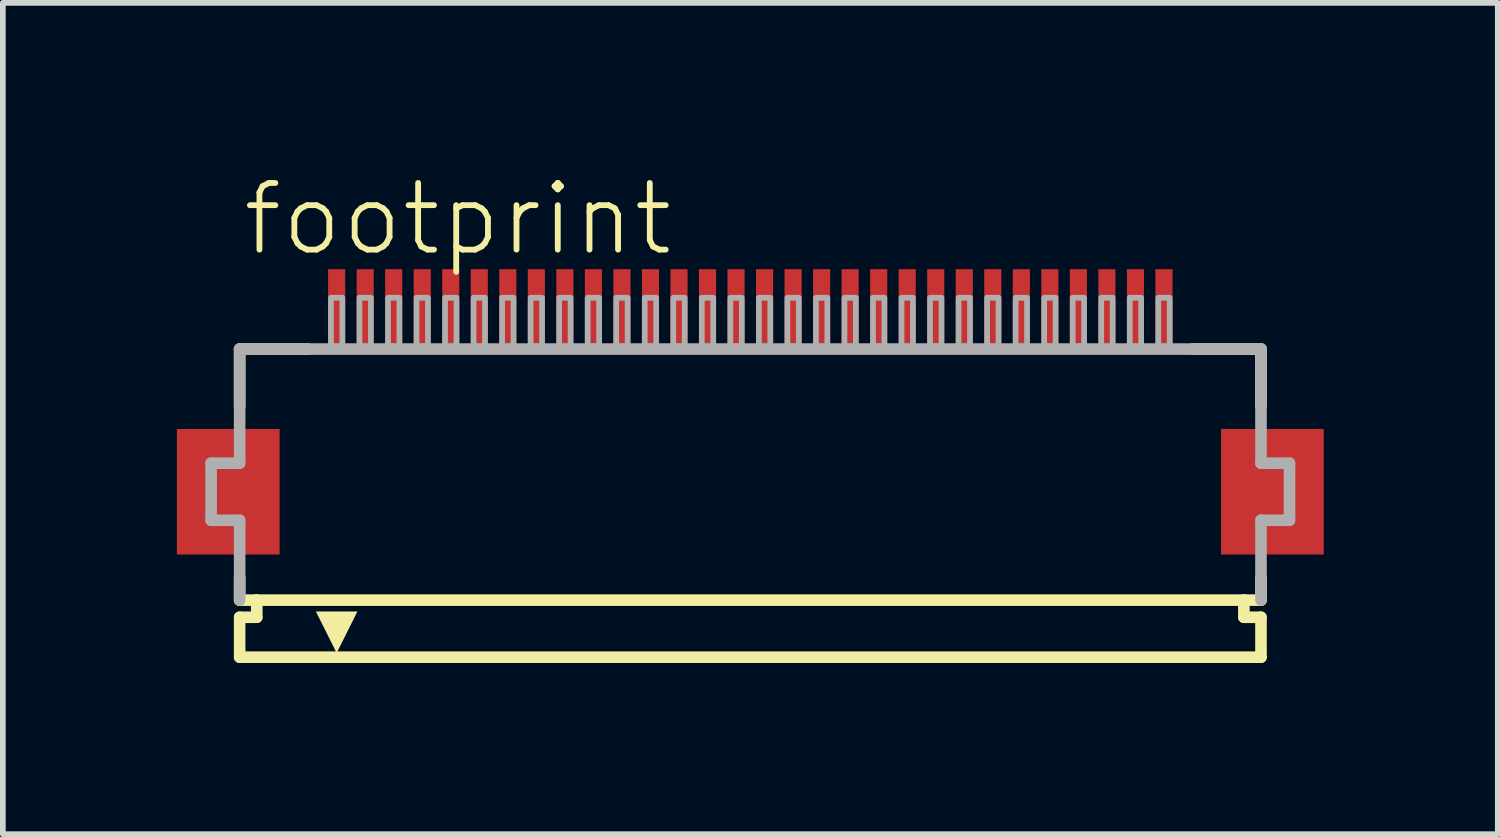
<source format=kicad_pcb>
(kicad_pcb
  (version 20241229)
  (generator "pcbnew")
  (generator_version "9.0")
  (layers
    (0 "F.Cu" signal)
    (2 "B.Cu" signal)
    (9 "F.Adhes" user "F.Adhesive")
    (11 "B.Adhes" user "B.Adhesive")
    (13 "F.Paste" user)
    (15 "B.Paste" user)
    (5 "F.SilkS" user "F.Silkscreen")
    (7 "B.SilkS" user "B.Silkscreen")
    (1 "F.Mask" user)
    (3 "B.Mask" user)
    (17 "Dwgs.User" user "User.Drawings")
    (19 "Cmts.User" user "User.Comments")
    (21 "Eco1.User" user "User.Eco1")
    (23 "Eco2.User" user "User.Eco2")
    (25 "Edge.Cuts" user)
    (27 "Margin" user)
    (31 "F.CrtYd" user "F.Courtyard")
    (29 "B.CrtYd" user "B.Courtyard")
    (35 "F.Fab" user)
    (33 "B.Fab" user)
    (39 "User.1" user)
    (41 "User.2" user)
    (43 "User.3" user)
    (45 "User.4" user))
  (footprint "footprint"
    (layer "F.Cu")
    (at 10.1 5.568)
    (property "Reference" "footprint" (at -8.948 -4.095 0) (layer "F.SilkS") (effects (font (size 1.168 1.168) (thickness 0.102)) (justify left bottom)))
    (fp_poly (pts (xy -8.25 -1.1) (xy -10.05 -1.1) (xy -10.05 1.1) (xy -8.25 1.1)) (stroke (width 0) (type solid)) (fill yes) (layer "F.Cu"))
    (fp_poly (pts (xy 10.05 -1.1) (xy 8.25 -1.1) (xy 8.25 1.1) (xy 10.05 1.1)) (stroke (width 0) (type solid)) (fill yes) (layer "F.Cu"))
    (fp_poly (pts (xy -8.2 -1.175) (xy -10.1 -1.175) (xy -10.1 1.175) (xy -8.2 1.175)) (stroke (width 0) (type solid)) (fill yes) (layer "F.Mask"))
    (fp_poly (pts (xy -7.45 -2.55) (xy -7.05 -2.55) (xy -7.05 -3.95) (xy -7.45 -3.95)) (stroke (width 0) (type solid)) (fill yes) (layer "F.Mask"))
    (fp_poly (pts (xy -6.95 -2.55) (xy -6.55 -2.55) (xy -6.55 -3.95) (xy -6.95 -3.95)) (stroke (width 0) (type solid)) (fill yes) (layer "F.Mask"))
    (fp_poly (pts (xy -6.45 -2.55) (xy -6.05 -2.55) (xy -6.05 -3.95) (xy -6.45 -3.95)) (stroke (width 0) (type solid)) (fill yes) (layer "F.Mask"))
    (fp_poly (pts (xy -5.95 -2.55) (xy -5.55 -2.55) (xy -5.55 -3.95) (xy -5.95 -3.95)) (stroke (width 0) (type solid)) (fill yes) (layer "F.Mask"))
    (fp_poly (pts (xy -5.45 -2.55) (xy -5.05 -2.55) (xy -5.05 -3.95) (xy -5.45 -3.95)) (stroke (width 0) (type solid)) (fill yes) (layer "F.Mask"))
    (fp_poly (pts (xy -4.95 -2.55) (xy -4.55 -2.55) (xy -4.55 -3.95) (xy -4.95 -3.95)) (stroke (width 0) (type solid)) (fill yes) (layer "F.Mask"))
    (fp_poly (pts (xy -4.45 -2.55) (xy -4.05 -2.55) (xy -4.05 -3.95) (xy -4.45 -3.95)) (stroke (width 0) (type solid)) (fill yes) (layer "F.Mask"))
    (fp_poly (pts (xy -3.95 -2.55) (xy -3.55 -2.55) (xy -3.55 -3.95) (xy -3.95 -3.95)) (stroke (width 0) (type solid)) (fill yes) (layer "F.Mask"))
    (fp_poly (pts (xy -3.45 -2.55) (xy -3.05 -2.55) (xy -3.05 -3.95) (xy -3.45 -3.95)) (stroke (width 0) (type solid)) (fill yes) (layer "F.Mask"))
    (fp_poly (pts (xy -2.95 -2.55) (xy -2.55 -2.55) (xy -2.55 -3.95) (xy -2.95 -3.95)) (stroke (width 0) (type solid)) (fill yes) (layer "F.Mask"))
    (fp_poly (pts (xy -2.45 -2.55) (xy -2.05 -2.55) (xy -2.05 -3.95) (xy -2.45 -3.95)) (stroke (width 0) (type solid)) (fill yes) (layer "F.Mask"))
    (fp_poly (pts (xy -1.95 -2.55) (xy -1.55 -2.55) (xy -1.55 -3.95) (xy -1.95 -3.95)) (stroke (width 0) (type solid)) (fill yes) (layer "F.Mask"))
    (fp_poly (pts (xy -1.45 -2.55) (xy -1.05 -2.55) (xy -1.05 -3.95) (xy -1.45 -3.95)) (stroke (width 0) (type solid)) (fill yes) (layer "F.Mask"))
    (fp_poly (pts (xy -0.95 -2.55) (xy -0.55 -2.55) (xy -0.55 -3.95) (xy -0.95 -3.95)) (stroke (width 0) (type solid)) (fill yes) (layer "F.Mask"))
    (fp_poly (pts (xy -0.45 -2.55) (xy -0.05 -2.55) (xy -0.05 -3.95) (xy -0.45 -3.95)) (stroke (width 0) (type solid)) (fill yes) (layer "F.Mask"))
    (fp_poly (pts (xy 0.05 -2.55) (xy 0.45 -2.55) (xy 0.45 -3.95) (xy 0.05 -3.95)) (stroke (width 0) (type solid)) (fill yes) (layer "F.Mask"))
    (fp_poly (pts (xy 0.55 -2.55) (xy 0.95 -2.55) (xy 0.95 -3.95) (xy 0.55 -3.95)) (stroke (width 0) (type solid)) (fill yes) (layer "F.Mask"))
    (fp_poly (pts (xy 1.05 -2.55) (xy 1.45 -2.55) (xy 1.45 -3.95) (xy 1.05 -3.95)) (stroke (width 0) (type solid)) (fill yes) (layer "F.Mask"))
    (fp_poly (pts (xy 1.55 -2.55) (xy 1.95 -2.55) (xy 1.95 -3.95) (xy 1.55 -3.95)) (stroke (width 0) (type solid)) (fill yes) (layer "F.Mask"))
    (fp_poly (pts (xy 2.05 -2.55) (xy 2.45 -2.55) (xy 2.45 -3.95) (xy 2.05 -3.95)) (stroke (width 0) (type solid)) (fill yes) (layer "F.Mask"))
    (fp_poly (pts (xy 2.55 -2.55) (xy 2.95 -2.55) (xy 2.95 -3.95) (xy 2.55 -3.95)) (stroke (width 0) (type solid)) (fill yes) (layer "F.Mask"))
    (fp_poly (pts (xy 3.05 -2.55) (xy 3.45 -2.55) (xy 3.45 -3.95) (xy 3.05 -3.95)) (stroke (width 0) (type solid)) (fill yes) (layer "F.Mask"))
    (fp_poly (pts (xy 3.55 -2.55) (xy 3.95 -2.55) (xy 3.95 -3.95) (xy 3.55 -3.95)) (stroke (width 0) (type solid)) (fill yes) (layer "F.Mask"))
    (fp_poly (pts (xy 4.05 -2.55) (xy 4.45 -2.55) (xy 4.45 -3.95) (xy 4.05 -3.95)) (stroke (width 0) (type solid)) (fill yes) (layer "F.Mask"))
    (fp_poly (pts (xy 4.55 -2.55) (xy 4.95 -2.55) (xy 4.95 -3.95) (xy 4.55 -3.95)) (stroke (width 0) (type solid)) (fill yes) (layer "F.Mask"))
    (fp_poly (pts (xy 5.05 -2.55) (xy 5.45 -2.55) (xy 5.45 -3.95) (xy 5.05 -3.95)) (stroke (width 0) (type solid)) (fill yes) (layer "F.Mask"))
    (fp_poly (pts (xy 5.55 -2.55) (xy 5.95 -2.55) (xy 5.95 -3.95) (xy 5.55 -3.95)) (stroke (width 0) (type solid)) (fill yes) (layer "F.Mask"))
    (fp_poly (pts (xy 6.05 -2.55) (xy 6.45 -2.55) (xy 6.45 -3.95) (xy 6.05 -3.95)) (stroke (width 0) (type solid)) (fill yes) (layer "F.Mask"))
    (fp_poly (pts (xy 6.55 -2.55) (xy 6.95 -2.55) (xy 6.95 -3.95) (xy 6.55 -3.95)) (stroke (width 0) (type solid)) (fill yes) (layer "F.Mask"))
    (fp_poly (pts (xy 7.05 -2.55) (xy 7.45 -2.55) (xy 7.45 -3.95) (xy 7.05 -3.95)) (stroke (width 0) (type solid)) (fill yes) (layer "F.Mask"))
    (fp_poly (pts (xy 10.1 -1.175) (xy 8.2 -1.175) (xy 8.2 1.175) (xy 10.1 1.175)) (stroke (width 0) (type solid)) (fill yes) (layer "F.Mask"))
    (fp_line (start -8.95 -2.5) (end -8.95 -1.5) (stroke (width 0.203) (type solid)) (layer "F.SilkS"))
    (fp_line (start -8.95 1.5) (end -8.95 1.9) (stroke (width 0.203) (type solid)) (layer "F.SilkS"))
    (fp_line (start -8.95 1.9) (end -8.65 1.9) (stroke (width 0.203) (type solid)) (layer "F.SilkS"))
    (fp_line (start -8.95 2.2) (end -8.95 2.9) (stroke (width 0.203) (type solid)) (layer "F.SilkS"))
    (fp_line (start -8.65 1.9) (end -8.65 2.2) (stroke (width 0.203) (type solid)) (layer "F.SilkS"))
    (fp_line (start -8.65 2.2) (end -8.95 2.2) (stroke (width 0.203) (type solid)) (layer "F.SilkS"))
    (fp_line (start -7.75 -2.5) (end -8.95 -2.5) (stroke (width 0.203) (type solid)) (layer "F.SilkS"))
    (fp_line (start 8.65 1.9) (end -8.65 1.9) (stroke (width 0.203) (type solid)) (layer "F.SilkS"))
    (fp_line (start 8.65 1.9) (end 8.95 1.9) (stroke (width 0.203) (type solid)) (layer "F.SilkS"))
    (fp_line (start 8.65 2.2) (end 8.65 1.9) (stroke (width 0.203) (type solid)) (layer "F.SilkS"))
    (fp_line (start 8.95 -2.5) (end 7.75 -2.5) (stroke (width 0.203) (type solid)) (layer "F.SilkS"))
    (fp_line (start 8.95 -1.5) (end 8.95 -2.5) (stroke (width 0.203) (type solid)) (layer "F.SilkS"))
    (fp_line (start 8.95 1.9) (end 8.95 1.5) (stroke (width 0.203) (type solid)) (layer "F.SilkS"))
    (fp_line (start 8.95 2.2) (end 8.65 2.2) (stroke (width 0.203) (type solid)) (layer "F.SilkS"))
    (fp_line (start 8.95 2.9) (end -8.95 2.9) (stroke (width 0.203) (type solid)) (layer "F.SilkS"))
    (fp_line (start 8.95 2.9) (end 8.95 2.2) (stroke (width 0.203) (type solid)) (layer "F.SilkS"))
    (fp_poly (pts (xy -7.25 2.827) (xy -7.614 2.098) (xy -6.886 2.098)) (stroke (width 0) (type solid)) (fill yes) (layer "F.SilkS"))
    (fp_poly (pts (xy -8.325 -1.025) (xy -9.975 -1.025) (xy -9.975 1.025) (xy -8.325 1.025)) (stroke (width 0) (type solid)) (fill yes) (layer "F.Paste"))
    (fp_poly (pts (xy -7.375 -2.625) (xy -7.125 -2.625) (xy -7.125 -3.875) (xy -7.375 -3.875)) (stroke (width 0) (type solid)) (fill yes) (layer "F.Paste"))
    (fp_poly (pts (xy -6.875 -2.625) (xy -6.625 -2.625) (xy -6.625 -3.875) (xy -6.875 -3.875)) (stroke (width 0) (type solid)) (fill yes) (layer "F.Paste"))
    (fp_poly (pts (xy -6.375 -2.625) (xy -6.125 -2.625) (xy -6.125 -3.875) (xy -6.375 -3.875)) (stroke (width 0) (type solid)) (fill yes) (layer "F.Paste"))
    (fp_poly (pts (xy -5.875 -2.625) (xy -5.625 -2.625) (xy -5.625 -3.875) (xy -5.875 -3.875)) (stroke (width 0) (type solid)) (fill yes) (layer "F.Paste"))
    (fp_poly (pts (xy -5.375 -2.625) (xy -5.125 -2.625) (xy -5.125 -3.875) (xy -5.375 -3.875)) (stroke (width 0) (type solid)) (fill yes) (layer "F.Paste"))
    (fp_poly (pts (xy -4.875 -2.625) (xy -4.625 -2.625) (xy -4.625 -3.875) (xy -4.875 -3.875)) (stroke (width 0) (type solid)) (fill yes) (layer "F.Paste"))
    (fp_poly (pts (xy -4.375 -2.625) (xy -4.125 -2.625) (xy -4.125 -3.875) (xy -4.375 -3.875)) (stroke (width 0) (type solid)) (fill yes) (layer "F.Paste"))
    (fp_poly (pts (xy -3.875 -2.625) (xy -3.625 -2.625) (xy -3.625 -3.875) (xy -3.875 -3.875)) (stroke (width 0) (type solid)) (fill yes) (layer "F.Paste"))
    (fp_poly (pts (xy -3.375 -2.625) (xy -3.125 -2.625) (xy -3.125 -3.875) (xy -3.375 -3.875)) (stroke (width 0) (type solid)) (fill yes) (layer "F.Paste"))
    (fp_poly (pts (xy -2.875 -2.625) (xy -2.625 -2.625) (xy -2.625 -3.875) (xy -2.875 -3.875)) (stroke (width 0) (type solid)) (fill yes) (layer "F.Paste"))
    (fp_poly (pts (xy -2.375 -2.625) (xy -2.125 -2.625) (xy -2.125 -3.875) (xy -2.375 -3.875)) (stroke (width 0) (type solid)) (fill yes) (layer "F.Paste"))
    (fp_poly (pts (xy -1.875 -2.625) (xy -1.625 -2.625) (xy -1.625 -3.875) (xy -1.875 -3.875)) (stroke (width 0) (type solid)) (fill yes) (layer "F.Paste"))
    (fp_poly (pts (xy -1.375 -2.625) (xy -1.125 -2.625) (xy -1.125 -3.875) (xy -1.375 -3.875)) (stroke (width 0) (type solid)) (fill yes) (layer "F.Paste"))
    (fp_poly (pts (xy -0.875 -2.625) (xy -0.625 -2.625) (xy -0.625 -3.875) (xy -0.875 -3.875)) (stroke (width 0) (type solid)) (fill yes) (layer "F.Paste"))
    (fp_poly (pts (xy -0.375 -2.625) (xy -0.125 -2.625) (xy -0.125 -3.875) (xy -0.375 -3.875)) (stroke (width 0) (type solid)) (fill yes) (layer "F.Paste"))
    (fp_poly (pts (xy 0.125 -2.625) (xy 0.375 -2.625) (xy 0.375 -3.875) (xy 0.125 -3.875)) (stroke (width 0) (type solid)) (fill yes) (layer "F.Paste"))
    (fp_poly (pts (xy 0.625 -2.625) (xy 0.875 -2.625) (xy 0.875 -3.875) (xy 0.625 -3.875)) (stroke (width 0) (type solid)) (fill yes) (layer "F.Paste"))
    (fp_poly (pts (xy 1.125 -2.625) (xy 1.375 -2.625) (xy 1.375 -3.875) (xy 1.125 -3.875)) (stroke (width 0) (type solid)) (fill yes) (layer "F.Paste"))
    (fp_poly (pts (xy 1.625 -2.625) (xy 1.875 -2.625) (xy 1.875 -3.875) (xy 1.625 -3.875)) (stroke (width 0) (type solid)) (fill yes) (layer "F.Paste"))
    (fp_poly (pts (xy 2.125 -2.625) (xy 2.375 -2.625) (xy 2.375 -3.875) (xy 2.125 -3.875)) (stroke (width 0) (type solid)) (fill yes) (layer "F.Paste"))
    (fp_poly (pts (xy 2.625 -2.625) (xy 2.875 -2.625) (xy 2.875 -3.875) (xy 2.625 -3.875)) (stroke (width 0) (type solid)) (fill yes) (layer "F.Paste"))
    (fp_poly (pts (xy 3.125 -2.625) (xy 3.375 -2.625) (xy 3.375 -3.875) (xy 3.125 -3.875)) (stroke (width 0) (type solid)) (fill yes) (layer "F.Paste"))
    (fp_poly (pts (xy 3.625 -2.625) (xy 3.875 -2.625) (xy 3.875 -3.875) (xy 3.625 -3.875)) (stroke (width 0) (type solid)) (fill yes) (layer "F.Paste"))
    (fp_poly (pts (xy 4.125 -2.625) (xy 4.375 -2.625) (xy 4.375 -3.875) (xy 4.125 -3.875)) (stroke (width 0) (type solid)) (fill yes) (layer "F.Paste"))
    (fp_poly (pts (xy 4.625 -2.625) (xy 4.875 -2.625) (xy 4.875 -3.875) (xy 4.625 -3.875)) (stroke (width 0) (type solid)) (fill yes) (layer "F.Paste"))
    (fp_poly (pts (xy 5.125 -2.625) (xy 5.375 -2.625) (xy 5.375 -3.875) (xy 5.125 -3.875)) (stroke (width 0) (type solid)) (fill yes) (layer "F.Paste"))
    (fp_poly (pts (xy 5.625 -2.625) (xy 5.875 -2.625) (xy 5.875 -3.875) (xy 5.625 -3.875)) (stroke (width 0) (type solid)) (fill yes) (layer "F.Paste"))
    (fp_poly (pts (xy 6.125 -2.625) (xy 6.375 -2.625) (xy 6.375 -3.875) (xy 6.125 -3.875)) (stroke (width 0) (type solid)) (fill yes) (layer "F.Paste"))
    (fp_poly (pts (xy 6.625 -2.625) (xy 6.875 -2.625) (xy 6.875 -3.875) (xy 6.625 -3.875)) (stroke (width 0) (type solid)) (fill yes) (layer "F.Paste"))
    (fp_poly (pts (xy 7.125 -2.625) (xy 7.375 -2.625) (xy 7.375 -3.875) (xy 7.125 -3.875)) (stroke (width 0) (type solid)) (fill yes) (layer "F.Paste"))
    (fp_poly (pts (xy 9.975 -1.025) (xy 8.325 -1.025) (xy 8.325 1.025) (xy 9.975 1.025)) (stroke (width 0) (type solid)) (fill yes) (layer "F.Paste"))
    (fp_line (start -9.45 -0.5) (end -9.45 0.5) (stroke (width 0.203) (type solid)) (layer "F.Fab"))
    (fp_line (start -9.45 0.5) (end -8.95 0.5) (stroke (width 0.203) (type solid)) (layer "F.Fab"))
    (fp_line (start -8.95 -2.5) (end -8.95 -0.5) (stroke (width 0.203) (type solid)) (layer "F.Fab"))
    (fp_line (start -8.95 -0.5) (end -9.45 -0.5) (stroke (width 0.203) (type solid)) (layer "F.Fab"))
    (fp_line (start -8.95 0.5) (end -8.95 1.9) (stroke (width 0.203) (type solid)) (layer "F.Fab"))
    (fp_line (start 8.95 -2.5) (end -8.95 -2.5) (stroke (width 0.203) (type solid)) (layer "F.Fab"))
    (fp_line (start 8.95 -0.5) (end 8.95 -2.5) (stroke (width 0.203) (type solid)) (layer "F.Fab"))
    (fp_line (start 8.95 0.5) (end 9.45 0.5) (stroke (width 0.203) (type solid)) (layer "F.Fab"))
    (fp_line (start 8.95 1.9) (end 8.95 0.5) (stroke (width 0.203) (type solid)) (layer "F.Fab"))
    (fp_line (start 9.45 -0.5) (end 8.95 -0.5) (stroke (width 0.203) (type solid)) (layer "F.Fab"))
    (fp_line (start 9.45 0.5) (end 9.45 -0.5) (stroke (width 0.203) (type solid)) (layer "F.Fab"))
    (fp_poly (pts (xy -7.35 -2.55) (xy -7.15 -2.55) (xy -7.15 -3.4) (xy -7.35 -3.4)) (stroke (width 0.1) (type solid)) (fill no) (layer "F.Fab"))
    (fp_poly (pts (xy -6.85 -2.55) (xy -6.65 -2.55) (xy -6.65 -3.4) (xy -6.85 -3.4)) (stroke (width 0.1) (type solid)) (fill no) (layer "F.Fab"))
    (fp_poly (pts (xy -6.35 -2.55) (xy -6.15 -2.55) (xy -6.15 -3.4) (xy -6.35 -3.4)) (stroke (width 0.1) (type solid)) (fill no) (layer "F.Fab"))
    (fp_poly (pts (xy -5.85 -2.55) (xy -5.65 -2.55) (xy -5.65 -3.4) (xy -5.85 -3.4)) (stroke (width 0.1) (type solid)) (fill no) (layer "F.Fab"))
    (fp_poly (pts (xy -5.35 -2.55) (xy -5.15 -2.55) (xy -5.15 -3.4) (xy -5.35 -3.4)) (stroke (width 0.1) (type solid)) (fill no) (layer "F.Fab"))
    (fp_poly (pts (xy -4.85 -2.55) (xy -4.65 -2.55) (xy -4.65 -3.4) (xy -4.85 -3.4)) (stroke (width 0.1) (type solid)) (fill no) (layer "F.Fab"))
    (fp_poly (pts (xy -4.35 -2.55) (xy -4.15 -2.55) (xy -4.15 -3.4) (xy -4.35 -3.4)) (stroke (width 0.1) (type solid)) (fill no) (layer "F.Fab"))
    (fp_poly (pts (xy -3.85 -2.55) (xy -3.65 -2.55) (xy -3.65 -3.4) (xy -3.85 -3.4)) (stroke (width 0.1) (type solid)) (fill no) (layer "F.Fab"))
    (fp_poly (pts (xy -3.35 -2.55) (xy -3.15 -2.55) (xy -3.15 -3.4) (xy -3.35 -3.4)) (stroke (width 0.1) (type solid)) (fill no) (layer "F.Fab"))
    (fp_poly (pts (xy -2.85 -2.55) (xy -2.65 -2.55) (xy -2.65 -3.4) (xy -2.85 -3.4)) (stroke (width 0.1) (type solid)) (fill no) (layer "F.Fab"))
    (fp_poly (pts (xy -2.35 -2.55) (xy -2.15 -2.55) (xy -2.15 -3.4) (xy -2.35 -3.4)) (stroke (width 0.1) (type solid)) (fill no) (layer "F.Fab"))
    (fp_poly (pts (xy -1.85 -2.55) (xy -1.65 -2.55) (xy -1.65 -3.4) (xy -1.85 -3.4)) (stroke (width 0.1) (type solid)) (fill no) (layer "F.Fab"))
    (fp_poly (pts (xy -1.35 -2.55) (xy -1.15 -2.55) (xy -1.15 -3.4) (xy -1.35 -3.4)) (stroke (width 0.1) (type solid)) (fill no) (layer "F.Fab"))
    (fp_poly (pts (xy -0.85 -2.55) (xy -0.65 -2.55) (xy -0.65 -3.4) (xy -0.85 -3.4)) (stroke (width 0.1) (type solid)) (fill no) (layer "F.Fab"))
    (fp_poly (pts (xy -0.35 -2.55) (xy -0.15 -2.55) (xy -0.15 -3.4) (xy -0.35 -3.4)) (stroke (width 0.1) (type solid)) (fill no) (layer "F.Fab"))
    (fp_poly (pts (xy 0.15 -2.55) (xy 0.35 -2.55) (xy 0.35 -3.4) (xy 0.15 -3.4)) (stroke (width 0.1) (type solid)) (fill no) (layer "F.Fab"))
    (fp_poly (pts (xy 0.65 -2.55) (xy 0.85 -2.55) (xy 0.85 -3.4) (xy 0.65 -3.4)) (stroke (width 0.1) (type solid)) (fill no) (layer "F.Fab"))
    (fp_poly (pts (xy 1.15 -2.55) (xy 1.35 -2.55) (xy 1.35 -3.4) (xy 1.15 -3.4)) (stroke (width 0.1) (type solid)) (fill no) (layer "F.Fab"))
    (fp_poly (pts (xy 1.65 -2.55) (xy 1.85 -2.55) (xy 1.85 -3.4) (xy 1.65 -3.4)) (stroke (width 0.1) (type solid)) (fill no) (layer "F.Fab"))
    (fp_poly (pts (xy 2.15 -2.55) (xy 2.35 -2.55) (xy 2.35 -3.4) (xy 2.15 -3.4)) (stroke (width 0.1) (type solid)) (fill no) (layer "F.Fab"))
    (fp_poly (pts (xy 2.65 -2.55) (xy 2.85 -2.55) (xy 2.85 -3.4) (xy 2.65 -3.4)) (stroke (width 0.1) (type solid)) (fill no) (layer "F.Fab"))
    (fp_poly (pts (xy 3.15 -2.55) (xy 3.35 -2.55) (xy 3.35 -3.4) (xy 3.15 -3.4)) (stroke (width 0.1) (type solid)) (fill no) (layer "F.Fab"))
    (fp_poly (pts (xy 3.65 -2.55) (xy 3.85 -2.55) (xy 3.85 -3.4) (xy 3.65 -3.4)) (stroke (width 0.1) (type solid)) (fill no) (layer "F.Fab"))
    (fp_poly (pts (xy 4.15 -2.55) (xy 4.35 -2.55) (xy 4.35 -3.4) (xy 4.15 -3.4)) (stroke (width 0.1) (type solid)) (fill no) (layer "F.Fab"))
    (fp_poly (pts (xy 4.65 -2.55) (xy 4.85 -2.55) (xy 4.85 -3.4) (xy 4.65 -3.4)) (stroke (width 0.1) (type solid)) (fill no) (layer "F.Fab"))
    (fp_poly (pts (xy 5.15 -2.55) (xy 5.35 -2.55) (xy 5.35 -3.4) (xy 5.15 -3.4)) (stroke (width 0.1) (type solid)) (fill no) (layer "F.Fab"))
    (fp_poly (pts (xy 5.65 -2.55) (xy 5.85 -2.55) (xy 5.85 -3.4) (xy 5.65 -3.4)) (stroke (width 0.1) (type solid)) (fill no) (layer "F.Fab"))
    (fp_poly (pts (xy 6.15 -2.55) (xy 6.35 -2.55) (xy 6.35 -3.4) (xy 6.15 -3.4)) (stroke (width 0.1) (type solid)) (fill no) (layer "F.Fab"))
    (fp_poly (pts (xy 6.65 -2.55) (xy 6.85 -2.55) (xy 6.85 -3.4) (xy 6.65 -3.4)) (stroke (width 0.1) (type solid)) (fill no) (layer "F.Fab"))
    (fp_poly (pts (xy 7.15 -2.55) (xy 7.35 -2.55) (xy 7.35 -3.4) (xy 7.15 -3.4)) (stroke (width 0.1) (type solid)) (fill no) (layer "F.Fab"))
    (pad "1" smd rect (at -7.25 -3.25) (size 0.3 1.3) (layers "F.Cu"))
    (pad "2" smd rect (at -6.75 -3.25) (size 0.3 1.3) (layers "F.Cu"))
    (pad "3" smd rect (at -6.25 -3.25) (size 0.3 1.3) (layers "F.Cu"))
    (pad "4" smd rect (at -5.75 -3.25) (size 0.3 1.3) (layers "F.Cu"))
    (pad "5" smd rect (at -5.25 -3.25) (size 0.3 1.3) (layers "F.Cu"))
    (pad "6" smd rect (at -4.75 -3.25) (size 0.3 1.3) (layers "F.Cu"))
    (pad "7" smd rect (at -4.25 -3.25) (size 0.3 1.3) (layers "F.Cu"))
    (pad "8" smd rect (at -3.75 -3.25) (size 0.3 1.3) (layers "F.Cu"))
    (pad "9" smd rect (at -3.25 -3.25) (size 0.3 1.3) (layers "F.Cu"))
    (pad "10" smd rect (at -2.75 -3.25) (size 0.3 1.3) (layers "F.Cu"))
    (pad "11" smd rect (at -2.25 -3.25) (size 0.3 1.3) (layers "F.Cu"))
    (pad "12" smd rect (at -1.75 -3.25) (size 0.3 1.3) (layers "F.Cu"))
    (pad "13" smd rect (at -1.25 -3.25) (size 0.3 1.3) (layers "F.Cu"))
    (pad "14" smd rect (at -0.75 -3.25) (size 0.3 1.3) (layers "F.Cu"))
    (pad "15" smd rect (at -0.25 -3.25) (size 0.3 1.3) (layers "F.Cu"))
    (pad "16" smd rect (at 0.25 -3.25) (size 0.3 1.3) (layers "F.Cu"))
    (pad "17" smd rect (at 0.75 -3.25) (size 0.3 1.3) (layers "F.Cu"))
    (pad "18" smd rect (at 1.25 -3.25) (size 0.3 1.3) (layers "F.Cu"))
    (pad "19" smd rect (at 1.75 -3.25) (size 0.3 1.3) (layers "F.Cu"))
    (pad "20" smd rect (at 2.25 -3.25) (size 0.3 1.3) (layers "F.Cu"))
    (pad "21" smd rect (at 2.75 -3.25) (size 0.3 1.3) (layers "F.Cu"))
    (pad "22" smd rect (at 3.25 -3.25) (size 0.3 1.3) (layers "F.Cu"))
    (pad "23" smd rect (at 3.75 -3.25) (size 0.3 1.3) (layers "F.Cu"))
    (pad "24" smd rect (at 4.25 -3.25) (size 0.3 1.3) (layers "F.Cu"))
    (pad "25" smd rect (at 4.75 -3.25) (size 0.3 1.3) (layers "F.Cu"))
    (pad "26" smd rect (at 5.25 -3.25) (size 0.3 1.3) (layers "F.Cu"))
    (pad "27" smd rect (at 5.75 -3.25) (size 0.3 1.3) (layers "F.Cu"))
    (pad "28" smd rect (at 6.25 -3.25) (size 0.3 1.3) (layers "F.Cu"))
    (pad "29" smd rect (at 6.75 -3.25) (size 0.3 1.3) (layers "F.Cu"))
    (pad "30" smd rect (at 7.25 -3.25) (size 0.3 1.3) (layers "F.Cu")))
  (gr_rect
    (start -3 -3)
    (end 23.2 11.57)
    (stroke (width 0.1) (type default))
    (fill no)
    (layer "Edge.Cuts")))
</source>
